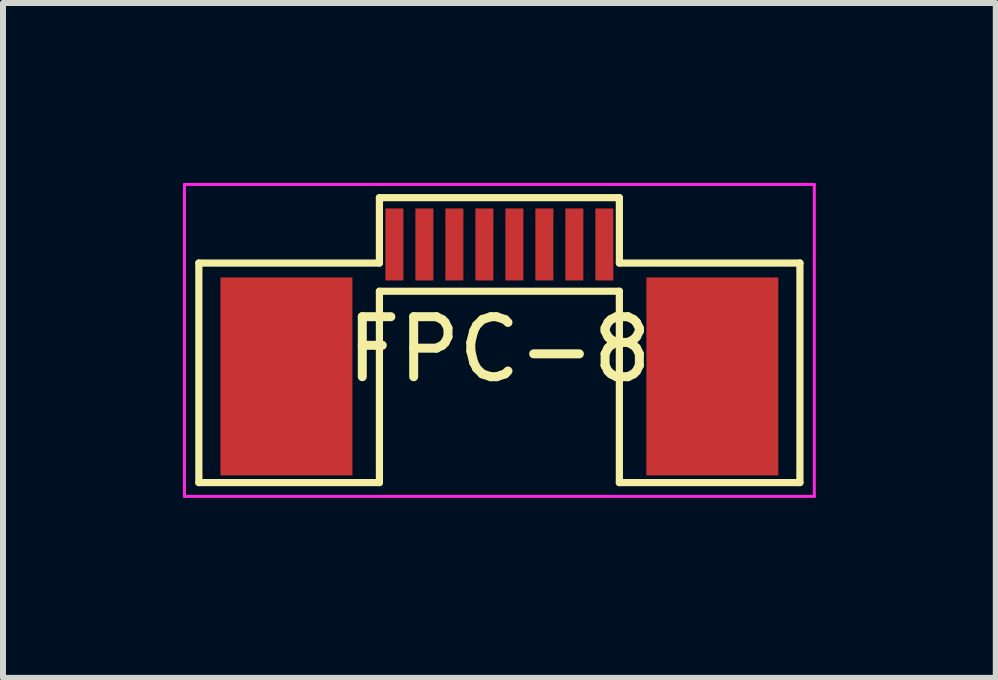
<source format=kicad_pcb>
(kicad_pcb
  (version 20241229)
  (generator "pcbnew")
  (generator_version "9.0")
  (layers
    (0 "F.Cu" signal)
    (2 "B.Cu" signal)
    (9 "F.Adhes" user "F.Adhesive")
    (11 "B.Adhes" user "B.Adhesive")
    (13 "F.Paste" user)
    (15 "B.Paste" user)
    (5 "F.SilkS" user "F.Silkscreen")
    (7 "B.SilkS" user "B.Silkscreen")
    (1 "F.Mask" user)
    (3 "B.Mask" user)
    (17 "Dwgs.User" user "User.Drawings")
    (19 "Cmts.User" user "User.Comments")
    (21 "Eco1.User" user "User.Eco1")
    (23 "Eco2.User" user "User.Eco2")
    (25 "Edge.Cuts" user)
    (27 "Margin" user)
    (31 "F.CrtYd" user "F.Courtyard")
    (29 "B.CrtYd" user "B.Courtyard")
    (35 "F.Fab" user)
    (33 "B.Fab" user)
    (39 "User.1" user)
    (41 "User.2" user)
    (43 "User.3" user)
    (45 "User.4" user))
  (footprint "FPC-8"
    (layer "F.Cu")
    (at 5.275 1.025)
    (property "Reference" "FPC-8" (at 0 1.75 0) (layer "F.SilkS") (effects (font (size 1 1) (thickness 0.15))))
    (attr smd)
    (fp_line (start -5.01 0.31) (end -2 0.31) (stroke (width 0.12) (type solid)) (layer "F.SilkS"))
    (fp_line (start -5.01 3.97) (end -5.01 0.31) (stroke (width 0.12) (type solid)) (layer "F.SilkS"))
    (fp_line (start -2 -0.78) (end 2 -0.78) (stroke (width 0.12) (type solid)) (layer "F.SilkS"))
    (fp_line (start -2 0.31) (end -2 -0.78) (stroke (width 0.12) (type solid)) (layer "F.SilkS"))
    (fp_line (start -2 0.78) (end -2 3.97) (stroke (width 0.12) (type solid)) (layer "F.SilkS"))
    (fp_line (start -2 0.78) (end 2 0.78) (stroke (width 0.12) (type solid)) (layer "F.SilkS"))
    (fp_line (start -2 3.97) (end -5.01 3.97) (stroke (width 0.12) (type solid)) (layer "F.SilkS"))
    (fp_line (start 2 0.31) (end 2 -0.78) (stroke (width 0.12) (type solid)) (layer "F.SilkS"))
    (fp_line (start 2 0.78) (end 2 3.97) (stroke (width 0.12) (type solid)) (layer "F.SilkS"))
    (fp_line (start 2 3.97) (end 5.01 3.97) (stroke (width 0.12) (type solid)) (layer "F.SilkS"))
    (fp_line (start 5.01 0.31) (end 2 0.31) (stroke (width 0.12) (type solid)) (layer "F.SilkS"))
    (fp_line (start 5.01 3.97) (end 5.01 0.31) (stroke (width 0.12) (type solid)) (layer "F.SilkS"))
    (fp_line (start -5.25 -1) (end -5.25 4.2) (stroke (width 0.05) (type solid)) (layer "F.CrtYd"))
    (fp_line (start -5.25 -1) (end 5.25 -1) (stroke (width 0.05) (type solid)) (layer "F.CrtYd"))
    (fp_line (start -5.25 4.2) (end 5.25 4.2) (stroke (width 0.05) (type solid)) (layer "F.CrtYd"))
    (fp_line (start 5.25 -1) (end 5.25 4.2) (stroke (width 0.05) (type solid)) (layer "F.CrtYd"))
    (pad "0" smd rect (at -3.55 2.2) (size 2.2 3.3) (layers "F.Cu" "F.Mask" "F.Paste"))
    (pad "0" smd rect (at 3.55 2.2) (size 2.2 3.3) (layers "F.Cu" "F.Mask" "F.Paste"))
    (pad "1" smd rect (at -1.75 0) (size 0.3 1.2) (layers "F.Cu" "F.Mask" "F.Paste"))
    (pad "2" smd rect (at -1.25 0) (size 0.3 1.2) (layers "F.Cu" "F.Mask" "F.Paste"))
    (pad "3" smd rect (at -0.75 0) (size 0.3 1.2) (layers "F.Cu" "F.Mask" "F.Paste"))
    (pad "4" smd rect (at -0.25 0) (size 0.3 1.2) (layers "F.Cu" "F.Mask" "F.Paste"))
    (pad "5" smd rect (at 0.25 0) (size 0.3 1.2) (layers "F.Cu" "F.Mask" "F.Paste"))
    (pad "6" smd rect (at 0.75 0) (size 0.3 1.2) (layers "F.Cu" "F.Mask" "F.Paste"))
    (pad "7" smd rect (at 1.25 0) (size 0.3 1.2) (layers "F.Cu" "F.Mask" "F.Paste"))
    (pad "8" smd rect (at 1.75 0) (size 0.3 1.2) (layers "F.Cu" "F.Mask" "F.Paste")))
  (gr_rect
    (start -3 -3)
    (end 13.55 8.25)
    (stroke (width 0.1) (type default))
    (fill no)
    (layer "Edge.Cuts")))
</source>
